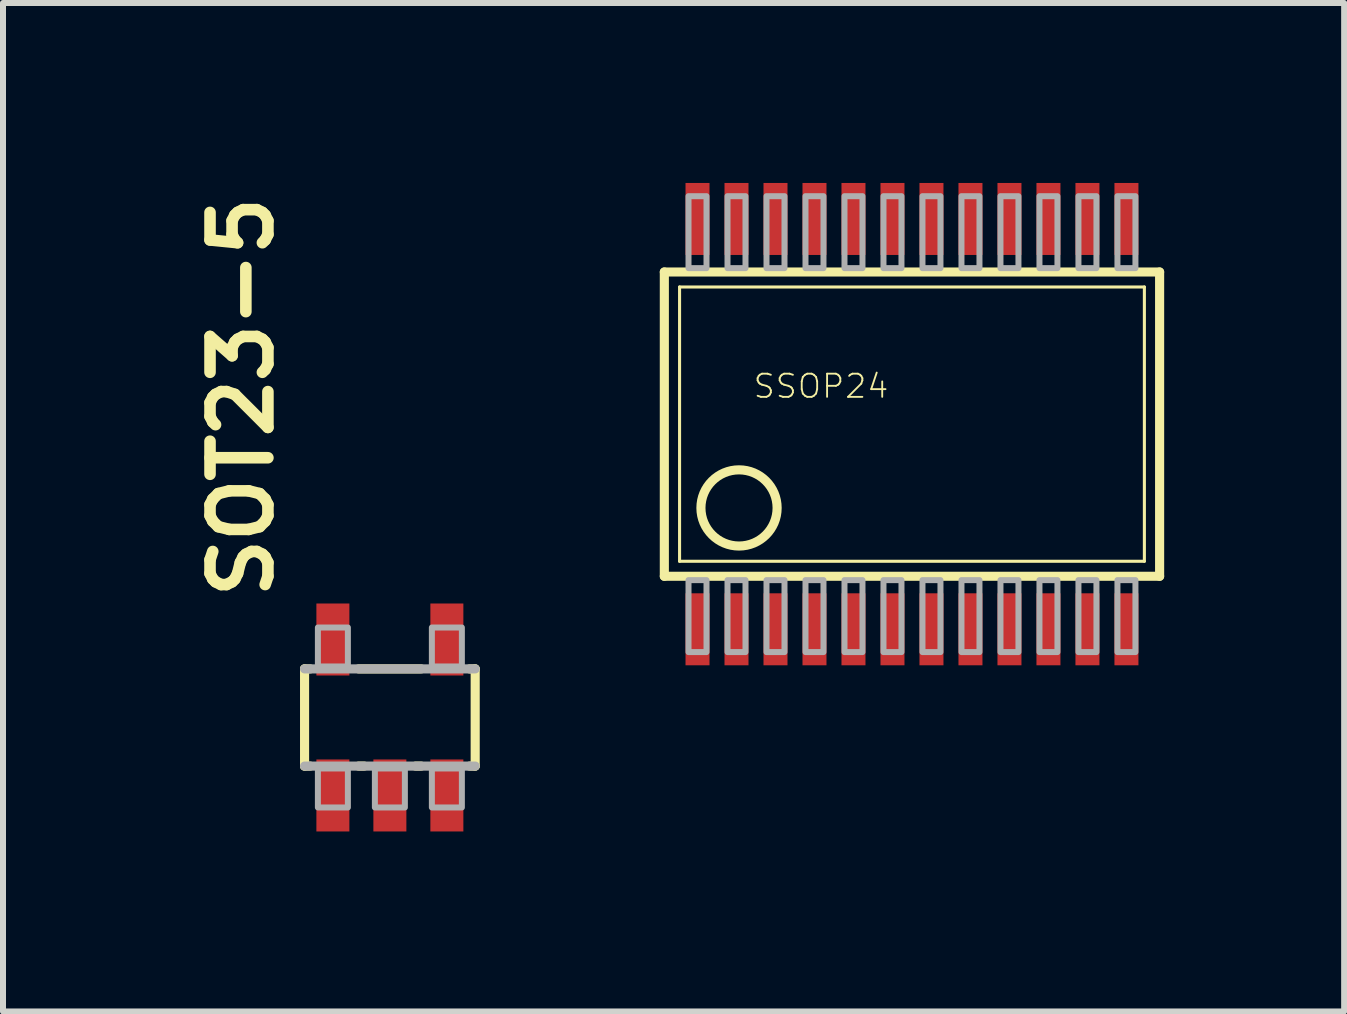
<source format=kicad_pcb>
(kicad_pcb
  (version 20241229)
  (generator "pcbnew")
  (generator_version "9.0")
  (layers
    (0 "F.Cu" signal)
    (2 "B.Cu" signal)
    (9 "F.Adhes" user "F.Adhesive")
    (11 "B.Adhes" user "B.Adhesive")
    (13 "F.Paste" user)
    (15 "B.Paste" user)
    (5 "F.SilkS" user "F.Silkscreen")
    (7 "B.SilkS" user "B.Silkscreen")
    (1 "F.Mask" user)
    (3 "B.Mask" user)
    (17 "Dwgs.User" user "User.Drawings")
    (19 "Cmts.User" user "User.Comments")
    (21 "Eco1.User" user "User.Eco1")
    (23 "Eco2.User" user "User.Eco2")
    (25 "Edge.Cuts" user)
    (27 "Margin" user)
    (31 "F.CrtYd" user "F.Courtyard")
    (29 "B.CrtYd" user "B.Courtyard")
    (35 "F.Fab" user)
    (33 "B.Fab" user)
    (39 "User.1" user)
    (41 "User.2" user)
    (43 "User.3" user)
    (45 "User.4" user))
  (footprint "SSOP24"
    (layer "F.Cu")
    (at 12.152 4.02)
    (property "Reference" "SSOP24" (at -2.667 -0.406 0) (layer "F.SilkS") (effects (font (size 0.386 0.386) (thickness 0.031)) (justify left bottom)))
    (attr through_hole)
    (fp_line (start -4.128 2.536) (end -4.128 -2.536) (stroke (width 0.152) (type solid)) (layer "F.SilkS"))
    (fp_line (start -4.128 2.536) (end 4.128 2.536) (stroke (width 0.152) (type solid)) (layer "F.SilkS"))
    (fp_line (start -3.874 2.286) (end -3.874 -2.286) (stroke (width 0.051) (type solid)) (layer "F.SilkS"))
    (fp_line (start -3.874 2.286) (end 3.874 2.286) (stroke (width 0.051) (type solid)) (layer "F.SilkS"))
    (fp_line (start 3.874 -2.286) (end -3.874 -2.286) (stroke (width 0.051) (type solid)) (layer "F.SilkS"))
    (fp_line (start 3.874 -2.286) (end 3.874 2.286) (stroke (width 0.051) (type solid)) (layer "F.SilkS"))
    (fp_line (start 4.128 -2.536) (end -4.128 -2.536) (stroke (width 0.152) (type solid)) (layer "F.SilkS"))
    (fp_line (start 4.128 2.536) (end 4.128 -2.536) (stroke (width 0.152) (type solid)) (layer "F.SilkS"))
    (fp_circle (center -2.883 1.397) (end -2.248 1.397) (stroke (width 0.152) (type solid)) (fill no) (layer "F.SilkS"))
    (fp_poly (pts (xy -3.725 -2.6) (xy -3.425 -2.6) (xy -3.425 -3.8) (xy -3.725 -3.8)) (stroke (width 0.1) (type solid)) (fill no) (layer "F.Fab"))
    (fp_poly (pts (xy -3.725 3.8) (xy -3.425 3.8) (xy -3.425 2.6) (xy -3.725 2.6)) (stroke (width 0.1) (type solid)) (fill no) (layer "F.Fab"))
    (fp_poly (pts (xy -3.075 -2.6) (xy -2.775 -2.6) (xy -2.775 -3.8) (xy -3.075 -3.8)) (stroke (width 0.1) (type solid)) (fill no) (layer "F.Fab"))
    (fp_poly (pts (xy -3.075 3.8) (xy -2.775 3.8) (xy -2.775 2.6) (xy -3.075 2.6)) (stroke (width 0.1) (type solid)) (fill no) (layer "F.Fab"))
    (fp_poly (pts (xy -2.425 -2.6) (xy -2.125 -2.6) (xy -2.125 -3.8) (xy -2.425 -3.8)) (stroke (width 0.1) (type solid)) (fill no) (layer "F.Fab"))
    (fp_poly (pts (xy -2.425 3.8) (xy -2.125 3.8) (xy -2.125 2.6) (xy -2.425 2.6)) (stroke (width 0.1) (type solid)) (fill no) (layer "F.Fab"))
    (fp_poly (pts (xy -1.775 -2.6) (xy -1.475 -2.6) (xy -1.475 -3.8) (xy -1.775 -3.8)) (stroke (width 0.1) (type solid)) (fill no) (layer "F.Fab"))
    (fp_poly (pts (xy -1.775 3.8) (xy -1.475 3.8) (xy -1.475 2.6) (xy -1.775 2.6)) (stroke (width 0.1) (type solid)) (fill no) (layer "F.Fab"))
    (fp_poly (pts (xy -1.125 -2.6) (xy -0.825 -2.6) (xy -0.825 -3.8) (xy -1.125 -3.8)) (stroke (width 0.1) (type solid)) (fill no) (layer "F.Fab"))
    (fp_poly (pts (xy -1.125 3.8) (xy -0.825 3.8) (xy -0.825 2.6) (xy -1.125 2.6)) (stroke (width 0.1) (type solid)) (fill no) (layer "F.Fab"))
    (fp_poly (pts (xy -0.475 -2.6) (xy -0.175 -2.6) (xy -0.175 -3.8) (xy -0.475 -3.8)) (stroke (width 0.1) (type solid)) (fill no) (layer "F.Fab"))
    (fp_poly (pts (xy -0.475 3.8) (xy -0.175 3.8) (xy -0.175 2.6) (xy -0.475 2.6)) (stroke (width 0.1) (type solid)) (fill no) (layer "F.Fab"))
    (fp_poly (pts (xy 0.175 -2.6) (xy 0.475 -2.6) (xy 0.475 -3.8) (xy 0.175 -3.8)) (stroke (width 0.1) (type solid)) (fill no) (layer "F.Fab"))
    (fp_poly (pts (xy 0.175 3.8) (xy 0.475 3.8) (xy 0.475 2.6) (xy 0.175 2.6)) (stroke (width 0.1) (type solid)) (fill no) (layer "F.Fab"))
    (fp_poly (pts (xy 0.825 -2.6) (xy 1.125 -2.6) (xy 1.125 -3.8) (xy 0.825 -3.8)) (stroke (width 0.1) (type solid)) (fill no) (layer "F.Fab"))
    (fp_poly (pts (xy 0.825 3.8) (xy 1.125 3.8) (xy 1.125 2.6) (xy 0.825 2.6)) (stroke (width 0.1) (type solid)) (fill no) (layer "F.Fab"))
    (fp_poly (pts (xy 1.475 -2.6) (xy 1.775 -2.6) (xy 1.775 -3.8) (xy 1.475 -3.8)) (stroke (width 0.1) (type solid)) (fill no) (layer "F.Fab"))
    (fp_poly (pts (xy 1.475 3.8) (xy 1.775 3.8) (xy 1.775 2.6) (xy 1.475 2.6)) (stroke (width 0.1) (type solid)) (fill no) (layer "F.Fab"))
    (fp_poly (pts (xy 2.125 -2.6) (xy 2.425 -2.6) (xy 2.425 -3.8) (xy 2.125 -3.8)) (stroke (width 0.1) (type solid)) (fill no) (layer "F.Fab"))
    (fp_poly (pts (xy 2.125 3.8) (xy 2.425 3.8) (xy 2.425 2.6) (xy 2.125 2.6)) (stroke (width 0.1) (type solid)) (fill no) (layer "F.Fab"))
    (fp_poly (pts (xy 2.775 -2.6) (xy 3.075 -2.6) (xy 3.075 -3.8) (xy 2.775 -3.8)) (stroke (width 0.1) (type solid)) (fill no) (layer "F.Fab"))
    (fp_poly (pts (xy 2.775 3.8) (xy 3.075 3.8) (xy 3.075 2.6) (xy 2.775 2.6)) (stroke (width 0.1) (type solid)) (fill no) (layer "F.Fab"))
    (fp_poly (pts (xy 3.425 -2.6) (xy 3.725 -2.6) (xy 3.725 -3.8) (xy 3.425 -3.8)) (stroke (width 0.1) (type solid)) (fill no) (layer "F.Fab"))
    (fp_poly (pts (xy 3.425 3.8) (xy 3.725 3.8) (xy 3.725 2.6) (xy 3.425 2.6)) (stroke (width 0.1) (type solid)) (fill no) (layer "F.Fab"))
    (pad "1" smd rect (at -3.575 3.42) (size 0.4 1.2) (layers "F.Cu" "F.Mask" "F.Paste"))
    (pad "2" smd rect (at -2.925 3.42) (size 0.4 1.2) (layers "F.Cu" "F.Mask" "F.Paste"))
    (pad "3" smd rect (at -2.275 3.42) (size 0.4 1.2) (layers "F.Cu" "F.Mask" "F.Paste"))
    (pad "4" smd rect (at -1.625 3.42) (size 0.4 1.2) (layers "F.Cu" "F.Mask" "F.Paste"))
    (pad "5" smd rect (at -0.975 3.42) (size 0.4 1.2) (layers "F.Cu" "F.Mask" "F.Paste"))
    (pad "6" smd rect (at -0.325 3.42) (size 0.4 1.2) (layers "F.Cu" "F.Mask" "F.Paste"))
    (pad "7" smd rect (at 0.325 3.42) (size 0.4 1.2) (layers "F.Cu" "F.Mask" "F.Paste"))
    (pad "8" smd rect (at 0.975 3.42) (size 0.4 1.2) (layers "F.Cu" "F.Mask" "F.Paste"))
    (pad "9" smd rect (at 1.625 3.42) (size 0.4 1.2) (layers "F.Cu" "F.Mask" "F.Paste"))
    (pad "10" smd rect (at 2.275 3.42) (size 0.4 1.2) (layers "F.Cu" "F.Mask" "F.Paste"))
    (pad "11" smd rect (at 2.925 3.42) (size 0.4 1.2) (layers "F.Cu" "F.Mask" "F.Paste"))
    (pad "12" smd rect (at 3.575 3.42) (size 0.4 1.2) (layers "F.Cu" "F.Mask" "F.Paste"))
    (pad "13" smd rect (at 3.575 -3.42) (size 0.4 1.2) (layers "F.Cu" "F.Mask" "F.Paste"))
    (pad "14" smd rect (at 2.925 -3.42) (size 0.4 1.2) (layers "F.Cu" "F.Mask" "F.Paste"))
    (pad "15" smd rect (at 2.275 -3.42) (size 0.4 1.2) (layers "F.Cu" "F.Mask" "F.Paste"))
    (pad "16" smd rect (at 1.625 -3.42) (size 0.4 1.2) (layers "F.Cu" "F.Mask" "F.Paste"))
    (pad "17" smd rect (at 0.975 -3.42) (size 0.4 1.2) (layers "F.Cu" "F.Mask" "F.Paste"))
    (pad "18" smd rect (at 0.325 -3.42) (size 0.4 1.2) (layers "F.Cu" "F.Mask" "F.Paste"))
    (pad "19" smd rect (at -0.325 -3.42) (size 0.4 1.2) (layers "F.Cu" "F.Mask" "F.Paste"))
    (pad "20" smd rect (at -0.975 -3.42) (size 0.4 1.2) (layers "F.Cu" "F.Mask" "F.Paste"))
    (pad "21" smd rect (at -1.625 -3.42) (size 0.4 1.2) (layers "F.Cu" "F.Mask" "F.Paste"))
    (pad "22" smd rect (at -2.275 -3.42) (size 0.4 1.2) (layers "F.Cu" "F.Mask" "F.Paste"))
    (pad "23" smd rect (at -2.925 -3.42) (size 0.4 1.2) (layers "F.Cu" "F.Mask" "F.Paste"))
    (pad "24" smd rect (at -3.575 -3.42) (size 0.4 1.2) (layers "F.Cu" "F.Mask" "F.Paste")))
  (footprint "SOT23-5"
    (layer "F.Cu")
    (at 3.449 8.91)
    (property "Reference" "SOT23-5" (at -1.905 -1.905 90) (layer "F.SilkS") (effects (font (size 0.965 0.965) (thickness 0.193)) (justify left bottom)))
    (attr through_hole)
    (fp_line (start -1.422 -0.81) (end -1.328 -0.81) (stroke (width 0.152) (type solid)) (layer "F.SilkS"))
    (fp_line (start -1.422 0.81) (end -1.422 -0.81) (stroke (width 0.152) (type solid)) (layer "F.SilkS"))
    (fp_line (start -1.328 0.81) (end -1.422 0.81) (stroke (width 0.152) (type solid)) (layer "F.SilkS"))
    (fp_line (start -0.522 -0.81) (end 0.522 -0.81) (stroke (width 0.152) (type solid)) (layer "F.SilkS"))
    (fp_line (start -0.428 0.81) (end -0.522 0.81) (stroke (width 0.152) (type solid)) (layer "F.SilkS"))
    (fp_line (start 0.522 0.81) (end 0.428 0.81) (stroke (width 0.152) (type solid)) (layer "F.SilkS"))
    (fp_line (start 1.328 -0.81) (end 1.422 -0.81) (stroke (width 0.152) (type solid)) (layer "F.SilkS"))
    (fp_line (start 1.422 -0.81) (end 1.422 0.81) (stroke (width 0.152) (type solid)) (layer "F.SilkS"))
    (fp_line (start 1.422 0.81) (end 1.328 0.81) (stroke (width 0.152) (type solid)) (layer "F.SilkS"))
    (fp_line (start -1.422 -0.81) (end 1.422 -0.81) (stroke (width 0.152) (type solid)) (layer "F.Fab"))
    (fp_line (start 1.422 0.81) (end -1.422 0.81) (stroke (width 0.152) (type solid)) (layer "F.Fab"))
    (fp_poly (pts (xy -1.2 -0.85) (xy -0.7 -0.85) (xy -0.7 -1.5) (xy -1.2 -1.5)) (stroke (width 0.1) (type solid)) (fill no) (layer "F.Fab"))
    (fp_poly (pts (xy -1.2 1.5) (xy -0.7 1.5) (xy -0.7 0.85) (xy -1.2 0.85)) (stroke (width 0.1) (type solid)) (fill no) (layer "F.Fab"))
    (fp_poly (pts (xy -0.25 1.5) (xy 0.25 1.5) (xy 0.25 0.85) (xy -0.25 0.85)) (stroke (width 0.1) (type solid)) (fill no) (layer "F.Fab"))
    (fp_poly (pts (xy 0.7 -0.85) (xy 1.2 -0.85) (xy 1.2 -1.5) (xy 0.7 -1.5)) (stroke (width 0.1) (type solid)) (fill no) (layer "F.Fab"))
    (fp_poly (pts (xy 0.7 1.5) (xy 1.2 1.5) (xy 1.2 0.85) (xy 0.7 0.85)) (stroke (width 0.1) (type solid)) (fill no) (layer "F.Fab"))
    (pad "1" smd rect (at -0.95 1.3) (size 0.55 1.2) (layers "F.Cu" "F.Mask" "F.Paste"))
    (pad "2" smd rect (at 0 1.3) (size 0.55 1.2) (layers "F.Cu" "F.Mask" "F.Paste"))
    (pad "3" smd rect (at 0.95 1.3) (size 0.55 1.2) (layers "F.Cu" "F.Mask" "F.Paste"))
    (pad "4" smd rect (at 0.95 -1.3) (size 0.55 1.2) (layers "F.Cu" "F.Mask" "F.Paste"))
    (pad "5" smd rect (at -0.95 -1.3) (size 0.55 1.2) (layers "F.Cu" "F.Mask" "F.Paste")))
  (gr_rect
    (start -3 -3)
    (end 19.356 13.81)
    (stroke (width 0.1) (type default))
    (fill no)
    (layer "Edge.Cuts")))
</source>
